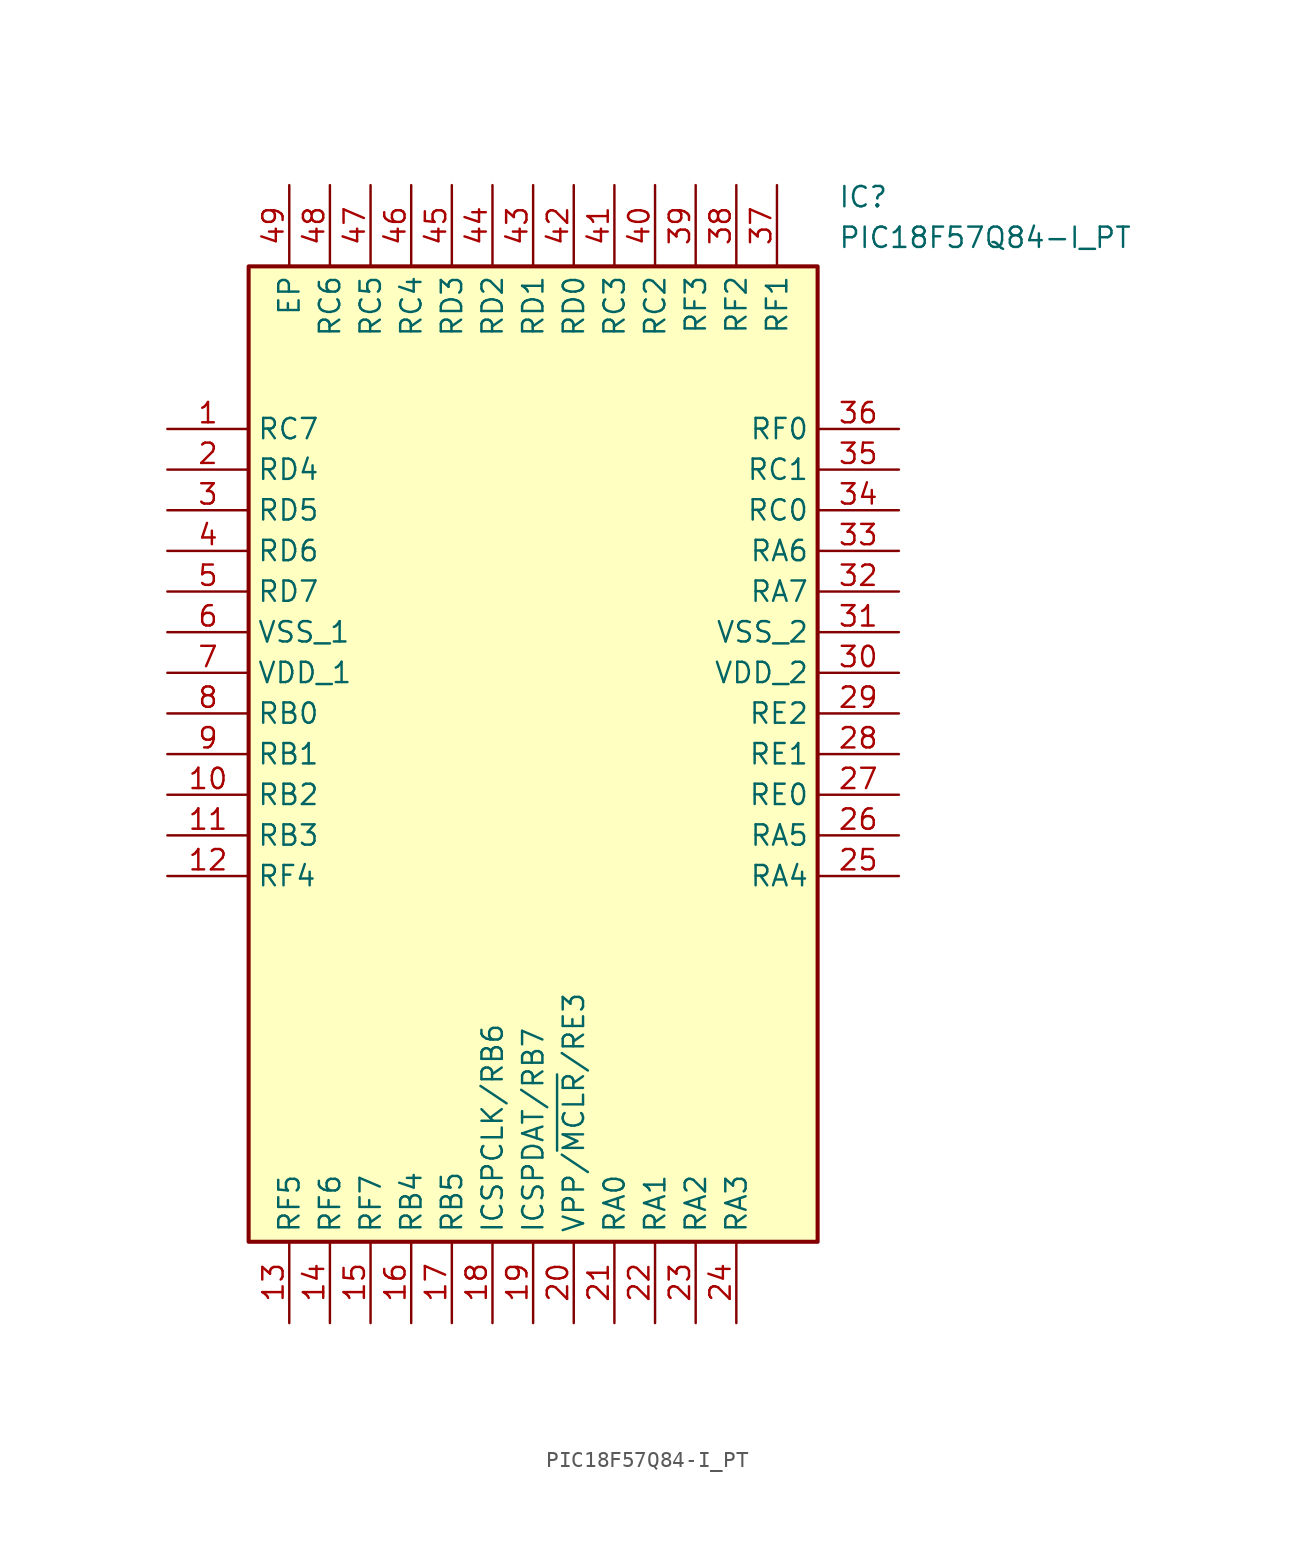
<source format=kicad_sym>
(kicad_symbol_lib
  (version 20211014)
  (generator SamacSys_ECAD_Model)
  (symbol "PIC18F57Q84-I_PT"
    (property "Reference" "IC"
      (at 41.91 15.24 0)
      (effects (font (size 1.27 1.27)) (justify left top)))
    (property "Value" "PIC18F57Q84-I_PT"
      (at 41.91 12.7 0)
      (effects (font (size 1.27 1.27)) (justify left top)))
    (rectangle
      (start 5.08 10.16)
      (end 40.64 -50.8)
      (stroke (width 0.254) (type default))
      (fill (type background)))
    (pin passive line
      (at 0 0 0)
      (length 5.08)
      (name "RC7" (effects (font (size 1.27 1.27))))
      (number "1" (effects (font (size 1.27 1.27)))))
    (pin passive line
      (at 0 -2.54 0)
      (length 5.08)
      (name "RD4" (effects (font (size 1.27 1.27))))
      (number "2" (effects (font (size 1.27 1.27)))))
    (pin passive line
      (at 0 -5.08 0)
      (length 5.08)
      (name "RD5" (effects (font (size 1.27 1.27))))
      (number "3" (effects (font (size 1.27 1.27)))))
    (pin passive line
      (at 0 -7.62 0)
      (length 5.08)
      (name "RD6" (effects (font (size 1.27 1.27))))
      (number "4" (effects (font (size 1.27 1.27)))))
    (pin passive line
      (at 0 -10.16 0)
      (length 5.08)
      (name "RD7" (effects (font (size 1.27 1.27))))
      (number "5" (effects (font (size 1.27 1.27)))))
    (pin passive line
      (at 0 -12.7 0)
      (length 5.08)
      (name "VSS_1" (effects (font (size 1.27 1.27))))
      (number "6" (effects (font (size 1.27 1.27)))))
    (pin passive line
      (at 0 -15.24 0)
      (length 5.08)
      (name "VDD_1" (effects (font (size 1.27 1.27))))
      (number "7" (effects (font (size 1.27 1.27)))))
    (pin passive line
      (at 0 -17.78 0)
      (length 5.08)
      (name "RB0" (effects (font (size 1.27 1.27))))
      (number "8" (effects (font (size 1.27 1.27)))))
    (pin passive line
      (at 0 -20.32 0)
      (length 5.08)
      (name "RB1" (effects (font (size 1.27 1.27))))
      (number "9" (effects (font (size 1.27 1.27)))))
    (pin passive line
      (at 0 -22.86 0)
      (length 5.08)
      (name "RB2" (effects (font (size 1.27 1.27))))
      (number "10" (effects (font (size 1.27 1.27)))))
    (pin passive line
      (at 0 -25.4 0)
      (length 5.08)
      (name "RB3" (effects (font (size 1.27 1.27))))
      (number "11" (effects (font (size 1.27 1.27)))))
    (pin passive line
      (at 0 -27.94 0)
      (length 5.08)
      (name "RF4" (effects (font (size 1.27 1.27))))
      (number "12" (effects (font (size 1.27 1.27)))))
    (pin passive line
      (at 7.62 -55.88 90)
      (length 5.08)
      (name "RF5" (effects (font (size 1.27 1.27))))
      (number "13" (effects (font (size 1.27 1.27)))))
    (pin passive line
      (at 10.16 -55.88 90)
      (length 5.08)
      (name "RF6" (effects (font (size 1.27 1.27))))
      (number "14" (effects (font (size 1.27 1.27)))))
    (pin passive line
      (at 12.7 -55.88 90)
      (length 5.08)
      (name "RF7" (effects (font (size 1.27 1.27))))
      (number "15" (effects (font (size 1.27 1.27)))))
    (pin passive line
      (at 15.24 -55.88 90)
      (length 5.08)
      (name "RB4" (effects (font (size 1.27 1.27))))
      (number "16" (effects (font (size 1.27 1.27)))))
    (pin passive line
      (at 17.78 -55.88 90)
      (length 5.08)
      (name "RB5" (effects (font (size 1.27 1.27))))
      (number "17" (effects (font (size 1.27 1.27)))))
    (pin passive line
      (at 20.32 -55.88 90)
      (length 5.08)
      (name "ICSPCLK/RB6" (effects (font (size 1.27 1.27))))
      (number "18" (effects (font (size 1.27 1.27)))))
    (pin passive line
      (at 22.86 -55.88 90)
      (length 5.08)
      (name "ICSPDAT/RB7" (effects (font (size 1.27 1.27))))
      (number "19" (effects (font (size 1.27 1.27)))))
    (pin passive line
      (at 25.4 -55.88 90)
      (length 5.08)
      (name "VPP/~{MCLR}/RE3" (effects (font (size 1.27 1.27))))
      (number "20" (effects (font (size 1.27 1.27)))))
    (pin passive line
      (at 27.94 -55.88 90)
      (length 5.08)
      (name "RA0" (effects (font (size 1.27 1.27))))
      (number "21" (effects (font (size 1.27 1.27)))))
    (pin passive line
      (at 30.48 -55.88 90)
      (length 5.08)
      (name "RA1" (effects (font (size 1.27 1.27))))
      (number "22" (effects (font (size 1.27 1.27)))))
    (pin passive line
      (at 33.02 -55.88 90)
      (length 5.08)
      (name "RA2" (effects (font (size 1.27 1.27))))
      (number "23" (effects (font (size 1.27 1.27)))))
    (pin passive line
      (at 35.56 -55.88 90)
      (length 5.08)
      (name "RA3" (effects (font (size 1.27 1.27))))
      (number "24" (effects (font (size 1.27 1.27)))))
    (pin passive line
      (at 45.72 0 180)
      (length 5.08)
      (name "RF0" (effects (font (size 1.27 1.27))))
      (number "36" (effects (font (size 1.27 1.27)))))
    (pin passive line
      (at 45.72 -2.54 180)
      (length 5.08)
      (name "RC1" (effects (font (size 1.27 1.27))))
      (number "35" (effects (font (size 1.27 1.27)))))
    (pin passive line
      (at 45.72 -5.08 180)
      (length 5.08)
      (name "RC0" (effects (font (size 1.27 1.27))))
      (number "34" (effects (font (size 1.27 1.27)))))
    (pin passive line
      (at 45.72 -7.62 180)
      (length 5.08)
      (name "RA6" (effects (font (size 1.27 1.27))))
      (number "33" (effects (font (size 1.27 1.27)))))
    (pin passive line
      (at 45.72 -10.16 180)
      (length 5.08)
      (name "RA7" (effects (font (size 1.27 1.27))))
      (number "32" (effects (font (size 1.27 1.27)))))
    (pin passive line
      (at 45.72 -12.7 180)
      (length 5.08)
      (name "VSS_2" (effects (font (size 1.27 1.27))))
      (number "31" (effects (font (size 1.27 1.27)))))
    (pin passive line
      (at 45.72 -15.24 180)
      (length 5.08)
      (name "VDD_2" (effects (font (size 1.27 1.27))))
      (number "30" (effects (font (size 1.27 1.27)))))
    (pin passive line
      (at 45.72 -17.78 180)
      (length 5.08)
      (name "RE2" (effects (font (size 1.27 1.27))))
      (number "29" (effects (font (size 1.27 1.27)))))
    (pin passive line
      (at 45.72 -20.32 180)
      (length 5.08)
      (name "RE1" (effects (font (size 1.27 1.27))))
      (number "28" (effects (font (size 1.27 1.27)))))
    (pin passive line
      (at 45.72 -22.86 180)
      (length 5.08)
      (name "RE0" (effects (font (size 1.27 1.27))))
      (number "27" (effects (font (size 1.27 1.27)))))
    (pin passive line
      (at 45.72 -25.4 180)
      (length 5.08)
      (name "RA5" (effects (font (size 1.27 1.27))))
      (number "26" (effects (font (size 1.27 1.27)))))
    (pin passive line
      (at 45.72 -27.94 180)
      (length 5.08)
      (name "RA4" (effects (font (size 1.27 1.27))))
      (number "25" (effects (font (size 1.27 1.27)))))
    (pin passive line
      (at 7.62 15.24 270)
      (length 5.08)
      (name "EP" (effects (font (size 1.27 1.27))))
      (number "49" (effects (font (size 1.27 1.27)))))
    (pin passive line
      (at 10.16 15.24 270)
      (length 5.08)
      (name "RC6" (effects (font (size 1.27 1.27))))
      (number "48" (effects (font (size 1.27 1.27)))))
    (pin passive line
      (at 12.7 15.24 270)
      (length 5.08)
      (name "RC5" (effects (font (size 1.27 1.27))))
      (number "47" (effects (font (size 1.27 1.27)))))
    (pin passive line
      (at 15.24 15.24 270)
      (length 5.08)
      (name "RC4" (effects (font (size 1.27 1.27))))
      (number "46" (effects (font (size 1.27 1.27)))))
    (pin passive line
      (at 17.78 15.24 270)
      (length 5.08)
      (name "RD3" (effects (font (size 1.27 1.27))))
      (number "45" (effects (font (size 1.27 1.27)))))
    (pin passive line
      (at 20.32 15.24 270)
      (length 5.08)
      (name "RD2" (effects (font (size 1.27 1.27))))
      (number "44" (effects (font (size 1.27 1.27)))))
    (pin passive line
      (at 22.86 15.24 270)
      (length 5.08)
      (name "RD1" (effects (font (size 1.27 1.27))))
      (number "43" (effects (font (size 1.27 1.27)))))
    (pin passive line
      (at 25.4 15.24 270)
      (length 5.08)
      (name "RD0" (effects (font (size 1.27 1.27))))
      (number "42" (effects (font (size 1.27 1.27)))))
    (pin passive line
      (at 27.94 15.24 270)
      (length 5.08)
      (name "RC3" (effects (font (size 1.27 1.27))))
      (number "41" (effects (font (size 1.27 1.27)))))
    (pin passive line
      (at 30.48 15.24 270)
      (length 5.08)
      (name "RC2" (effects (font (size 1.27 1.27))))
      (number "40" (effects (font (size 1.27 1.27)))))
    (pin passive line
      (at 33.02 15.24 270)
      (length 5.08)
      (name "RF3" (effects (font (size 1.27 1.27))))
      (number "39" (effects (font (size 1.27 1.27)))))
    (pin passive line
      (at 35.56 15.24 270)
      (length 5.08)
      (name "RF2" (effects (font (size 1.27 1.27))))
      (number "38" (effects (font (size 1.27 1.27)))))
    (pin passive line
      (at 38.1 15.24 270)
      (length 5.08)
      (name "RF1" (effects (font (size 1.27 1.27))))
      (number "37" (effects (font (size 1.27 1.27)))))))
</source>
